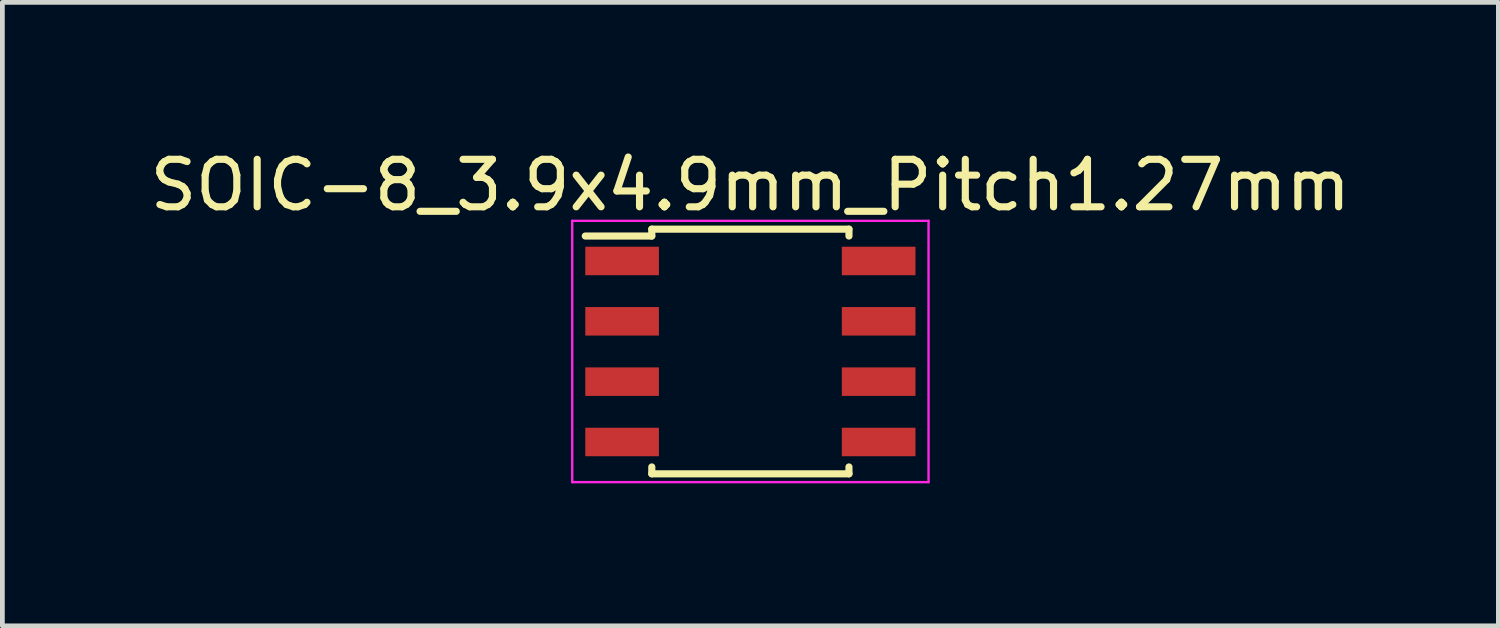
<source format=kicad_pcb>
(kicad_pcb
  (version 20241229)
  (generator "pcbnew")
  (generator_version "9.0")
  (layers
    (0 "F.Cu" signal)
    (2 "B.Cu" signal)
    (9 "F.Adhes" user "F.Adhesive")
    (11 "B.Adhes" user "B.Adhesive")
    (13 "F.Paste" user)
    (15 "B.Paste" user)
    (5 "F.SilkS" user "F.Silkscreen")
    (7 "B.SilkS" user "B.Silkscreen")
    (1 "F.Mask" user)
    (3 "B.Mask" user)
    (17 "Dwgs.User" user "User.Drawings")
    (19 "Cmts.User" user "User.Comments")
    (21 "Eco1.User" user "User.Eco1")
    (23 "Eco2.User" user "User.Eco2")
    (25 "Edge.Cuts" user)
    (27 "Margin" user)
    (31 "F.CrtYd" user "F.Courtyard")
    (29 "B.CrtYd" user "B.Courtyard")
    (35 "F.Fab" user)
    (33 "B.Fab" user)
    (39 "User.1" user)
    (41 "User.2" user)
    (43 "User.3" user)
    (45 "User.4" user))
  (footprint "SOIC-8_3.9x4.9mm_Pitch1.27mm"
    (layer "F.Cu")
    (at 12.744 4.348)
    (property "Reference" "SOIC-8_3.9x4.9mm_Pitch1.27mm" (at 0 -3.5 0) (layer "F.SilkS") (effects (font (size 1 1) (thickness 0.15))))
    (attr smd)
    (fp_line (start -2.075 -2.575) (end -2.075 -2.43) (stroke (width 0.15) (type solid)) (layer "F.SilkS"))
    (fp_line (start -2.075 -2.575) (end 2.075 -2.575) (stroke (width 0.15) (type solid)) (layer "F.SilkS"))
    (fp_line (start -2.075 -2.43) (end -3.475 -2.43) (stroke (width 0.15) (type solid)) (layer "F.SilkS"))
    (fp_line (start -2.075 2.575) (end -2.075 2.43) (stroke (width 0.15) (type solid)) (layer "F.SilkS"))
    (fp_line (start -2.075 2.575) (end 2.075 2.575) (stroke (width 0.15) (type solid)) (layer "F.SilkS"))
    (fp_line (start 2.075 -2.575) (end 2.075 -2.43) (stroke (width 0.15) (type solid)) (layer "F.SilkS"))
    (fp_line (start 2.075 2.575) (end 2.075 2.43) (stroke (width 0.15) (type solid)) (layer "F.SilkS"))
    (fp_line (start -3.75 -2.75) (end -3.75 2.75) (stroke (width 0.05) (type solid)) (layer "F.CrtYd"))
    (fp_line (start -3.75 -2.75) (end 3.75 -2.75) (stroke (width 0.05) (type solid)) (layer "F.CrtYd"))
    (fp_line (start -3.75 2.75) (end 3.75 2.75) (stroke (width 0.05) (type solid)) (layer "F.CrtYd"))
    (fp_line (start 3.75 -2.75) (end 3.75 2.75) (stroke (width 0.05) (type solid)) (layer "F.CrtYd"))
    (pad "1" smd rect (at -2.7 -1.905) (size 1.55 0.6) (layers "F.Cu" "F.Mask" "F.Paste"))
    (pad "2" smd rect (at -2.7 -0.635) (size 1.55 0.6) (layers "F.Cu" "F.Mask" "F.Paste"))
    (pad "3" smd rect (at -2.7 0.635) (size 1.55 0.6) (layers "F.Cu" "F.Mask" "F.Paste"))
    (pad "4" smd rect (at -2.7 1.905) (size 1.55 0.6) (layers "F.Cu" "F.Mask" "F.Paste"))
    (pad "5" smd rect (at 2.7 1.905) (size 1.55 0.6) (layers "F.Cu" "F.Mask" "F.Paste"))
    (pad "6" smd rect (at 2.7 0.635) (size 1.55 0.6) (layers "F.Cu" "F.Mask" "F.Paste"))
    (pad "7" smd rect (at 2.7 -0.635) (size 1.55 0.6) (layers "F.Cu" "F.Mask" "F.Paste"))
    (pad "8" smd rect (at 2.7 -1.905) (size 1.55 0.6) (layers "F.Cu" "F.Mask" "F.Paste")))
  (gr_rect
    (start -3 -3)
    (end 28.488 10.123)
    (stroke (width 0.1) (type default))
    (fill no)
    (layer "Edge.Cuts")))
</source>
